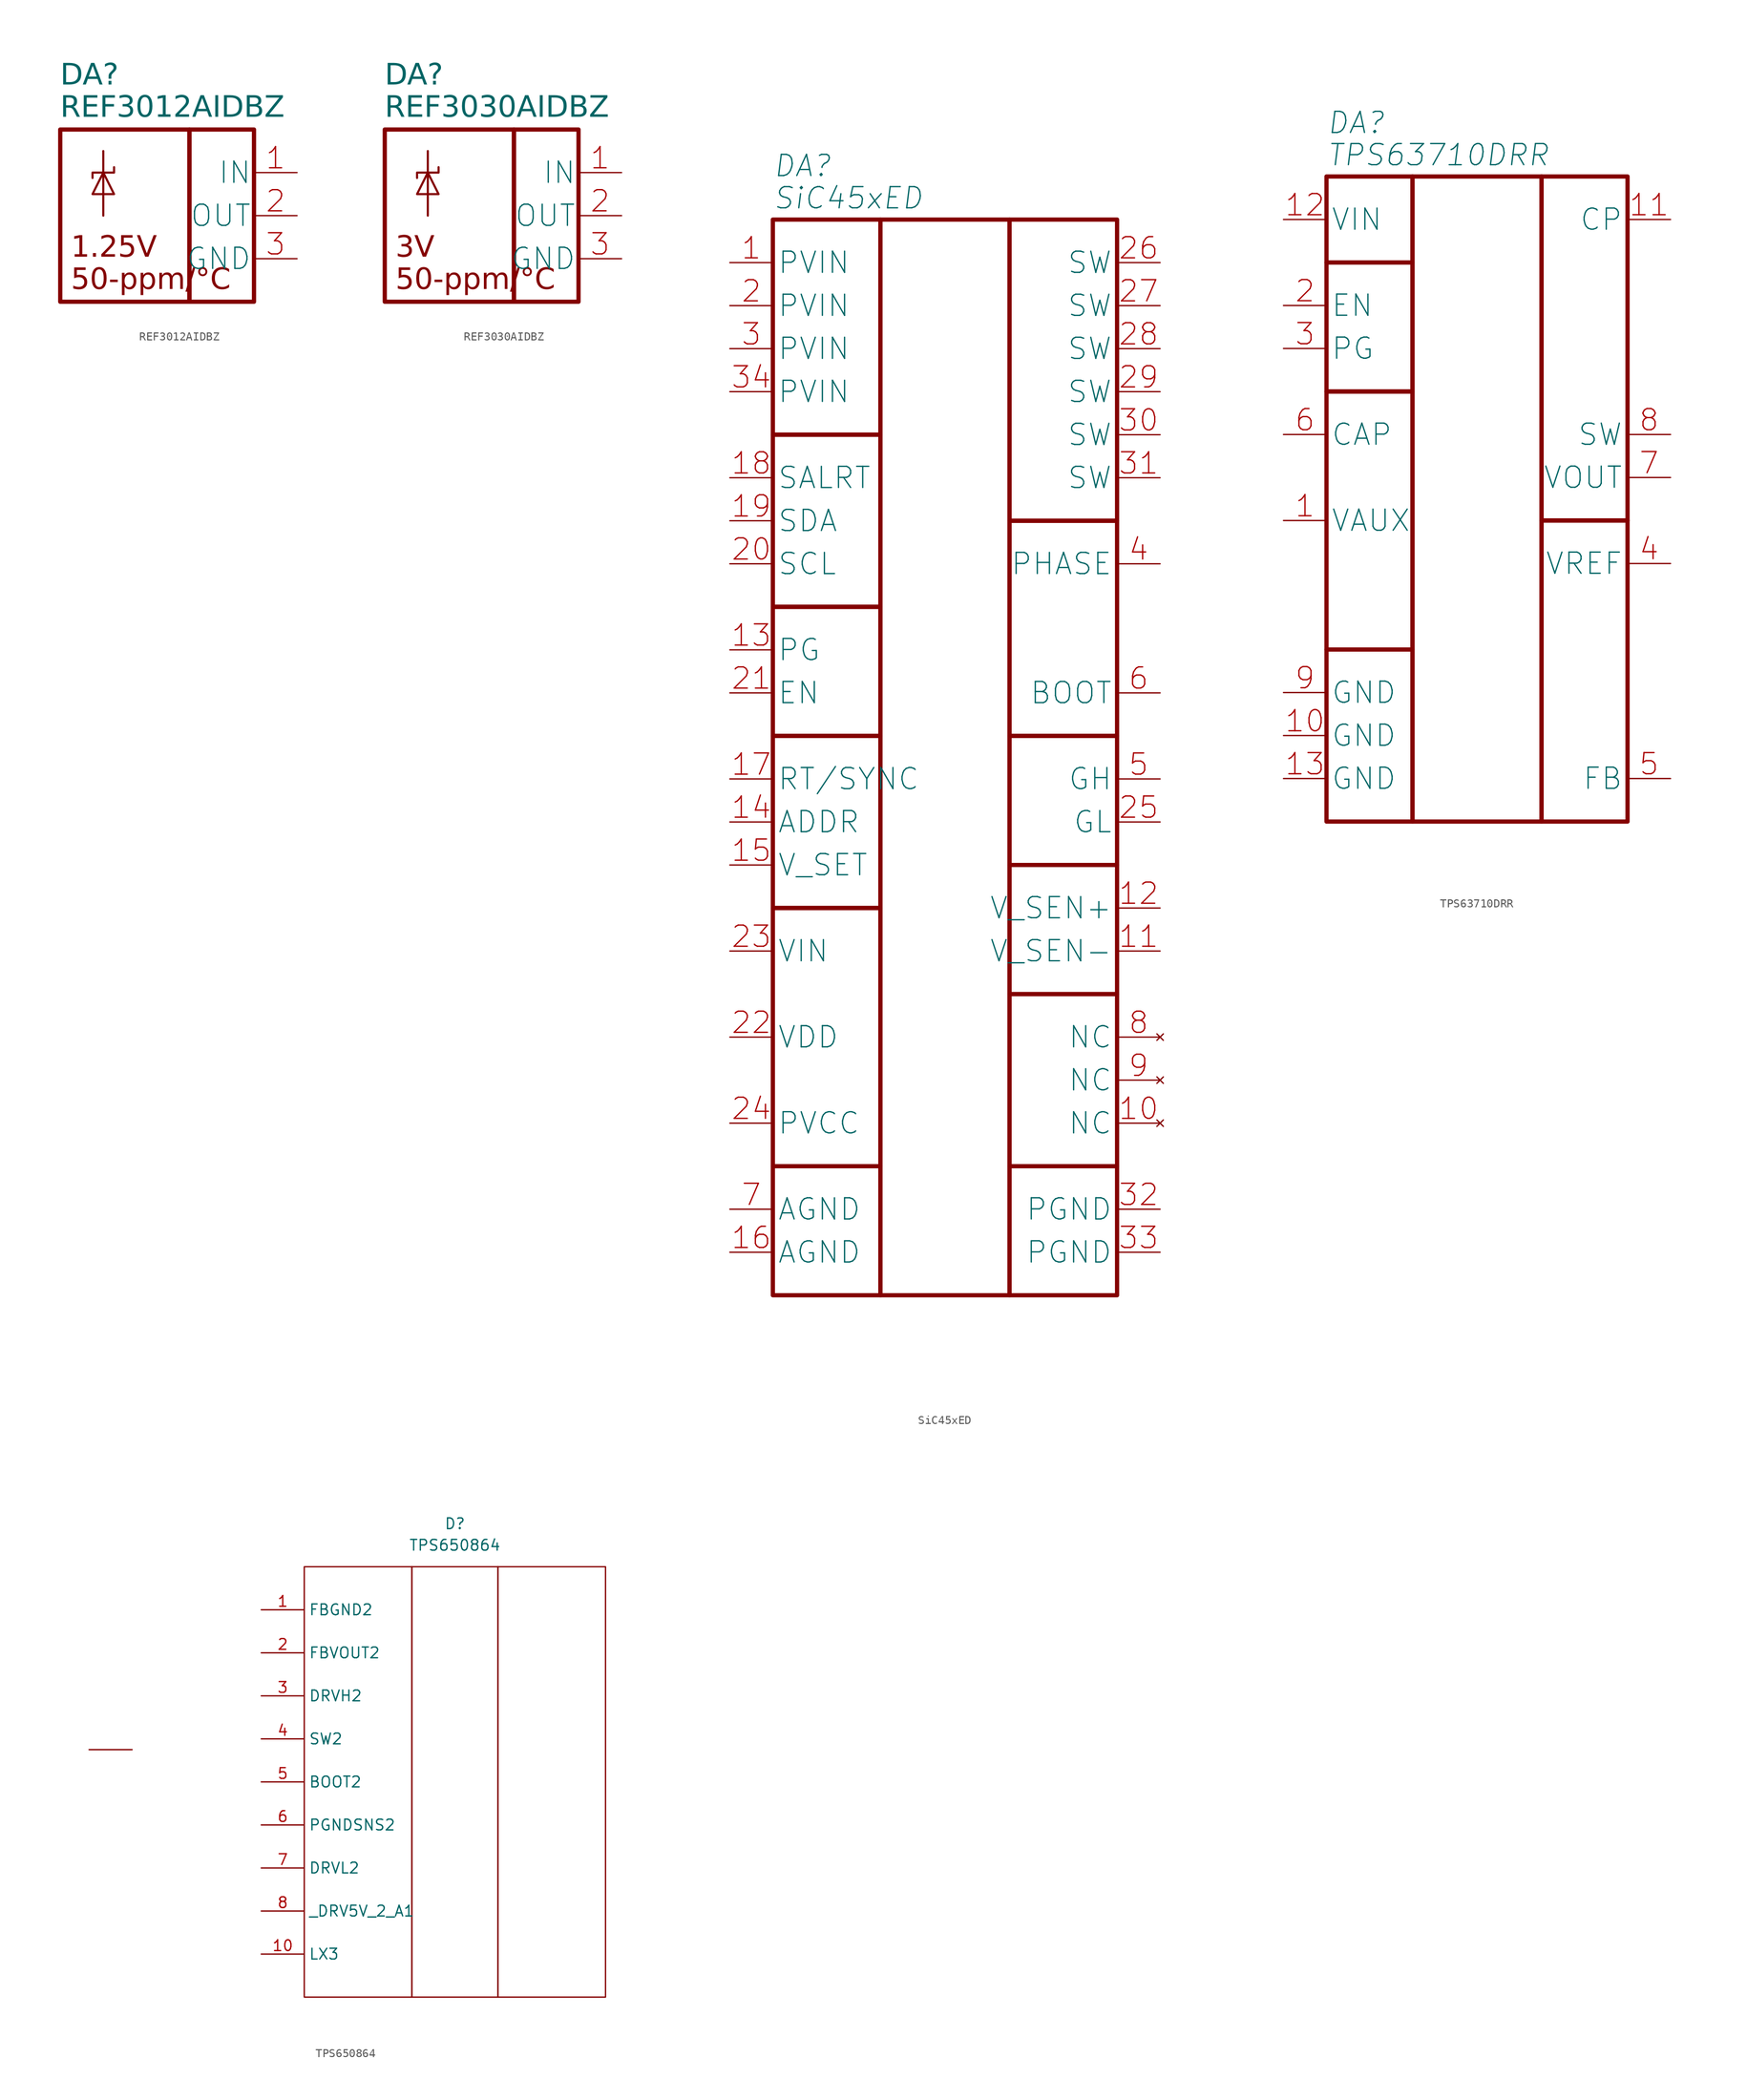
<source format=kicad_sym>
(kicad_symbol_lib
  (version 20241209)
  (generator "kicad_symbol_editor")
  (generator_version "9.0")
  (symbol "REF3012AIDBZ"
    (pin_names
      (offset 0.254))
    (property "Reference" "DA"
      (at -15.24 6.35 0)
      (effects (font (face "GOST type A") (size 2.5 2.5) (italic yes)) (justify left)))
    (property "Value" "REF3012AIDBZ"
      (at -15.24 2.54 0)
      (effects (font (face "GOST type A") (size 2.5 2.5) (italic yes)) (justify left)))
    (symbol "REF3012AIDBZ_1_1"
      (rectangle (start -15.24 0) (end 0 -20.32) (stroke (width 0.5) (type default)) (fill (type none)))
      (polyline (pts (xy -11.43 -7.62) (xy -8.89 -7.62) (xy -10.16 -5.08) (xy -11.43 -7.62)) (stroke (width 0.25) (type default)) (fill (type none)))
      (polyline (pts (xy -10.16 -2.54) (xy -10.16 -10.16)) (stroke (width 0.25) (type default)) (fill (type none)))
      (polyline (pts (xy -8.89 -4.445) (xy -8.89 -5.08) (xy -11.43 -5.08) (xy -11.43 -5.715)) (stroke (width 0.25) (type default)) (fill (type none)))
      (rectangle (start 0 0) (end 7.62 -20.32) (stroke (width 0.5) (type default)) (fill (type none)))
      (text "1.25V" (at -13.97 -13.97 0) (effects (font (face "GOST type A") (size 2.489 2.489) (italic yes)) (justify left)))
      (text "50-ppm/°C" (at -13.97 -17.78 0) (effects (font (face "GOST type A") (size 2.489 2.489) (italic yes)) (justify left)))
      (pin power_in line (at 12.7 -5.08 180) (length 5.08) (name "IN" (effects (font (size 2.5 2.5)))) (number "1" (effects (font (size 2.5 2.5)))))
      (pin power_out line (at 12.7 -10.16 180) (length 5.08) (name "OUT" (effects (font (size 2.5 2.5)))) (number "2" (effects (font (size 2.5 2.5)))))
      (pin power_in line (at 12.7 -15.24 180) (length 5.08) (name "GND" (effects (font (size 2.5 2.5)))) (number "3" (effects (font (size 2.5 2.5)))))))
  (symbol "REF3030AIDBZ"
    (pin_names
      (offset 0.254))
    (property "Reference" "DA"
      (at -15.24 6.35 0)
      (effects (font (face "GOST type A") (size 2.5 2.5) (italic yes)) (justify left)))
    (property "Value" "REF3030AIDBZ"
      (at -15.24 2.54 0)
      (effects (font (face "GOST type A") (size 2.5 2.5) (italic yes)) (justify left)))
    (symbol "REF3030AIDBZ_1_1"
      (rectangle (start -15.24 0) (end 0 -20.32) (stroke (width 0.5) (type default)) (fill (type none)))
      (polyline (pts (xy -11.43 -7.62) (xy -8.89 -7.62) (xy -10.16 -5.08) (xy -11.43 -7.62)) (stroke (width 0.25) (type default)) (fill (type none)))
      (polyline (pts (xy -10.16 -2.54) (xy -10.16 -10.16)) (stroke (width 0.25) (type default)) (fill (type none)))
      (polyline (pts (xy -8.89 -4.445) (xy -8.89 -5.08) (xy -11.43 -5.08) (xy -11.43 -5.715)) (stroke (width 0.25) (type default)) (fill (type none)))
      (rectangle (start 0 0) (end 7.62 -20.32) (stroke (width 0.5) (type default)) (fill (type none)))
      (text "3V" (at -13.97 -13.97 0) (effects (font (face "GOST type A") (size 2.489 2.489) (italic yes)) (justify left)))
      (text "50-ppm/°C" (at -13.97 -17.78 0) (effects (font (face "GOST type A") (size 2.489 2.489) (italic yes)) (justify left)))
      (pin power_in line (at 12.7 -5.08 180) (length 5.08) (name "IN" (effects (font (size 2.5 2.5)))) (number "1" (effects (font (size 2.5 2.5)))))
      (pin power_out line (at 12.7 -10.16 180) (length 5.08) (name "OUT" (effects (font (size 2.5 2.5)))) (number "2" (effects (font (size 2.5 2.5)))))
      (pin power_in line (at 12.7 -15.24 180) (length 5.08) (name "GND" (effects (font (size 2.5 2.5)))) (number "3" (effects (font (size 2.5 2.5)))))))
  (symbol "SiC45xED"
    (property "Reference" "DA"
      (at -20.32 6.35 0)
      (effects (font (size 2.5 2.5) (italic yes)) (justify left)))
    (property "Value" "SiC45xED"
      (at -20.32 2.54 0)
      (do_not_autoplace)
      (effects (font (size 2.5 2.5) (italic yes)) (justify left)))
    (symbol "SiC45xED_0_1"
      (rectangle (start -20.32 0) (end -7.62 -25.4) (stroke (width 0.5) (type default)) (fill (type none)))
      (rectangle (start -20.32 -25.4) (end -7.62 -45.72) (stroke (width 0.5) (type default)) (fill (type none)))
      (rectangle (start -20.32 -45.72) (end -7.62 -60.96) (stroke (width 0.5) (type default)) (fill (type none)))
      (rectangle (start -20.32 -60.96) (end -7.62 -81.28) (stroke (width 0.5) (type default)) (fill (type none)))
      (rectangle (start -20.32 -81.28) (end -7.62 -111.76) (stroke (width 0.5) (type default)) (fill (type none)))
      (rectangle (start -20.32 -111.76) (end -7.62 -127) (stroke (width 0.5) (type default)) (fill (type none)))
      (rectangle (start -7.62 0) (end 7.62 -127) (stroke (width 0.5) (type default)) (fill (type none)))
      (rectangle (start 7.62 0) (end 20.32 -35.56) (stroke (width 0.5) (type default)) (fill (type none)))
      (rectangle (start 7.62 -35.56) (end 20.32 -60.96) (stroke (width 0.5) (type default)) (fill (type none)))
      (rectangle (start 7.62 -60.96) (end 20.32 -76.2) (stroke (width 0.5) (type default)) (fill (type none)))
      (rectangle (start 7.62 -76.2) (end 20.32 -91.44) (stroke (width 0.5) (type default)) (fill (type none)))
      (rectangle (start 7.62 -91.44) (end 20.32 -111.76) (stroke (width 0.5) (type default)) (fill (type none)))
      (rectangle (start 7.62 -111.76) (end 20.32 -127) (stroke (width 0.5) (type default)) (fill (type none))))
    (symbol "SiC45xED_1_1"
      (pin power_in line (at -25.4 -5.08 0) (length 5.08) (name "PVIN" (effects (font (size 2.5 2.5)))) (number "1" (effects (font (size 2.5 2.5)))))
      (pin power_in line (at -25.4 -10.16 0) (length 5.08) (name "PVIN" (effects (font (size 2.5 2.5)))) (number "2" (effects (font (size 2.5 2.5)))))
      (pin power_in line (at -25.4 -15.24 0) (length 5.08) (name "PVIN" (effects (font (size 2.5 2.5)))) (number "3" (effects (font (size 2.5 2.5)))))
      (pin power_in line (at -25.4 -20.32 0) (length 5.08) (name "PVIN" (effects (font (size 2.5 2.5)))) (number "34" (effects (font (size 2.5 2.5)))))
      (pin open_collector line (at -25.4 -30.48 0) (length 5.08) (name "SALRT" (effects (font (size 2.5 2.5)))) (number "18" (effects (font (size 2.5 2.5)))))
      (pin open_collector line (at -25.4 -35.56 0) (length 5.08) (name "SDA" (effects (font (size 2.5 2.5)))) (number "19" (effects (font (size 2.5 2.5)))))
      (pin open_collector line (at -25.4 -40.64 0) (length 5.08) (name "SCL" (effects (font (size 2.5 2.5)))) (number "20" (effects (font (size 2.5 2.5)))))
      (pin open_collector line (at -25.4 -50.8 0) (length 5.08) (name "PG" (effects (font (size 2.5 2.5)))) (number "13" (effects (font (size 2.5 2.5)))))
      (pin input line (at -25.4 -55.88 0) (length 5.08) (name "EN" (effects (font (size 2.5 2.5)))) (number "21" (effects (font (size 2.5 2.5)))))
      (pin passive line (at -25.4 -66.04 0) (length 5.08) (name "RT/SYNC" (effects (font (size 2.5 2.5)))) (number "17" (effects (font (size 2.5 2.5)))))
      (pin passive line (at -25.4 -71.12 0) (length 5.08) (name "ADDR" (effects (font (size 2.5 2.5)))) (number "14" (effects (font (size 2.5 2.5)))))
      (pin passive line (at -25.4 -76.2 0) (length 5.08) (name "V_SET" (effects (font (size 2.5 2.5)))) (number "15" (effects (font (size 2.5 2.5)))))
      (pin power_in line (at -25.4 -86.36 0) (length 5.08) (name "VIN" (effects (font (size 2.5 2.5)))) (number "23" (effects (font (size 2.5 2.5)))))
      (pin power_out line (at -25.4 -96.52 0) (length 5.08) (name "VDD" (effects (font (size 2.5 2.5)))) (number "22" (effects (font (size 2.5 2.5)))))
      (pin power_out line (at -25.4 -106.68 0) (length 5.08) (name "PVCC" (effects (font (size 2.5 2.5)))) (number "24" (effects (font (size 2.5 2.5)))))
      (pin power_in line (at -25.4 -116.84 0) (length 5.08) (name "AGND" (effects (font (size 2.5 2.5)))) (number "7" (effects (font (size 2.5 2.5)))))
      (pin power_in line (at -25.4 -121.92 0) (length 5.08) (name "AGND" (effects (font (size 2.5 2.5)))) (number "16" (effects (font (size 2.5 2.5)))))
      (pin power_out line (at 25.4 -5.08 180) (length 5.08) (name "SW" (effects (font (size 2.5 2.5)))) (number "26" (effects (font (size 2.5 2.5)))))
      (pin passive line (at 25.4 -10.16 180) (length 5.08) (name "SW" (effects (font (size 2.5 2.5)))) (number "27" (effects (font (size 2.5 2.5)))))
      (pin passive line (at 25.4 -15.24 180) (length 5.08) (name "SW" (effects (font (size 2.5 2.5)))) (number "28" (effects (font (size 2.5 2.5)))))
      (pin passive line (at 25.4 -20.32 180) (length 5.08) (name "SW" (effects (font (size 2.5 2.5)))) (number "29" (effects (font (size 2.5 2.5)))))
      (pin passive line (at 25.4 -25.4 180) (length 5.08) (name "SW" (effects (font (size 2.5 2.5)))) (number "30" (effects (font (size 2.5 2.5)))))
      (pin passive line (at 25.4 -30.48 180) (length 5.08) (name "SW" (effects (font (size 2.5 2.5)))) (number "31" (effects (font (size 2.5 2.5)))))
      (pin passive line (at 25.4 -40.64 180) (length 5.08) (name "PHASE" (effects (font (size 2.5 2.5)))) (number "4" (effects (font (size 2.5 2.5)))))
      (pin passive line (at 25.4 -55.88 180) (length 5.08) (name "BOOT" (effects (font (size 2.5 2.5)))) (number "6" (effects (font (size 2.5 2.5)))))
      (pin passive line (at 25.4 -66.04 180) (length 5.08) (name "GH" (effects (font (size 2.5 2.5)))) (number "5" (effects (font (size 2.5 2.5)))))
      (pin passive line (at 25.4 -71.12 180) (length 5.08) (name "GL" (effects (font (size 2.5 2.5)))) (number "25" (effects (font (size 2.5 2.5)))))
      (pin input line (at 25.4 -81.28 180) (length 5.08) (name "V_SEN+" (effects (font (size 2.5 2.5)))) (number "12" (effects (font (size 2.5 2.5)))))
      (pin input line (at 25.4 -86.36 180) (length 5.08) (name "V_SEN-" (effects (font (size 2.5 2.5)))) (number "11" (effects (font (size 2.5 2.5)))))
      (pin no_connect line (at 25.4 -96.52 180) (length 5.08) (name "NC" (effects (font (size 2.5 2.5)))) (number "8" (effects (font (size 2.5 2.5)))))
      (pin no_connect line (at 25.4 -101.6 180) (length 5.08) (name "NC" (effects (font (size 2.5 2.5)))) (number "9" (effects (font (size 2.5 2.5)))))
      (pin no_connect line (at 25.4 -106.68 180) (length 5.08) (name "NC" (effects (font (size 2.5 2.5)))) (number "10" (effects (font (size 2.5 2.5)))))
      (pin power_in line (at 25.4 -116.84 180) (length 5.08) (name "PGND" (effects (font (size 2.5 2.5)))) (number "32" (effects (font (size 2.5 2.5)))))
      (pin power_in line (at 25.4 -121.92 180) (length 5.08) (name "PGND" (effects (font (size 2.5 2.5)))) (number "33" (effects (font (size 2.5 2.5)))))))
  (symbol "TPS63710DRR"
    (property "Reference" "DA"
      (at -17.78 6.35 0)
      (effects (font (size 2.5 2.5) (italic yes)) (justify left)))
    (property "Value" "TPS63710DRR"
      (at -17.78 2.54 0)
      (do_not_autoplace)
      (effects (font (size 2.5 2.5) (italic yes)) (justify left)))
    (symbol "TPS63710DRR_0_1"
      (rectangle (start -17.78 0) (end -7.62 -10.16) (stroke (width 0.5) (type default)) (fill (type none)))
      (rectangle (start -17.78 -10.16) (end -7.62 -25.4) (stroke (width 0.5) (type default)) (fill (type none)))
      (rectangle (start -17.78 -25.4) (end -7.62 -55.88) (stroke (width 0.5) (type default)) (fill (type none)))
      (rectangle (start -17.78 -55.88) (end -7.62 -76.2) (stroke (width 0.5) (type default)) (fill (type none)))
      (rectangle (start -7.62 0) (end 7.62 -76.2) (stroke (width 0.5) (type default)) (fill (type none)))
      (rectangle (start 7.62 0) (end 17.78 -40.64) (stroke (width 0.5) (type default)) (fill (type none)))
      (rectangle (start 7.62 -40.64) (end 17.78 -76.2) (stroke (width 0.5) (type default)) (fill (type none))))
    (symbol "TPS63710DRR_1_1"
      (pin power_in line (at -22.86 -5.08 0) (length 5.08) (name "VIN" (effects (font (size 2.5 2.5)))) (number "12" (effects (font (size 2.5 2.5)))))
      (pin input line (at -22.86 -15.24 0) (length 5.08) (name "EN" (effects (font (size 2.5 2.5)))) (number "2" (effects (font (size 2.5 2.5)))))
      (pin open_collector line (at -22.86 -20.32 0) (length 5.08) (name "PG" (effects (font (size 2.5 2.5)))) (number "3" (effects (font (size 2.5 2.5)))))
      (pin passive line (at -22.86 -30.48 0) (length 5.08) (name "CAP" (effects (font (size 2.5 2.5)))) (number "6" (effects (font (size 2.5 2.5)))))
      (pin power_out line (at -22.86 -40.64 0) (length 5.08) (name "VAUX" (effects (font (size 2.5 2.5)))) (number "1" (effects (font (size 2.5 2.5)))))
      (pin power_in line (at -22.86 -60.96 0) (length 5.08) (name "GND" (effects (font (size 2.5 2.5)))) (number "9" (effects (font (size 2.5 2.5)))))
      (pin power_in line (at -22.86 -66.04 0) (length 5.08) (name "GND" (effects (font (size 2.5 2.5)))) (number "10" (effects (font (size 2.5 2.5)))))
      (pin power_in line (at -22.86 -71.12 0) (length 5.08) (name "GND" (effects (font (size 2.5 2.5)))) (number "13" (effects (font (size 2.5 2.5)))))
      (pin passive line (at 22.86 -5.08 180) (length 5.08) (name "CP" (effects (font (size 2.5 2.5)))) (number "11" (effects (font (size 2.5 2.5)))))
      (pin power_out line (at 22.86 -30.48 180) (length 5.08) (name "SW" (effects (font (size 2.5 2.5)))) (number "8" (effects (font (size 2.5 2.5)))))
      (pin input line (at 22.86 -35.56 180) (length 5.08) (name "VOUT" (effects (font (size 2.5 2.5)))) (number "7" (effects (font (size 2.5 2.5)))))
      (pin power_out line (at 22.86 -45.72 180) (length 5.08) (name "VREF" (effects (font (size 2.5 2.5)))) (number "4" (effects (font (size 2.5 2.5)))))
      (pin input line (at 22.86 -71.12 180) (length 5.08) (name "FB" (effects (font (size 2.5 2.5)))) (number "5" (effects (font (size 2.5 2.5)))))))
  (symbol "TPS650864"
    (property "Reference" "D"
      (at 0 5.08 0)
      (effects (font (size 1.27 1.27))))
    (property "Value" "TPS650864"
      (at 0 2.54 0)
      (effects (font (size 1.27 1.27))))
    (symbol "TPS650864_0_1"
      (rectangle (start -17.78 0) (end -5.08 -50.8) (stroke (width 0) (type default)) (fill (type none)))
      (rectangle (start -5.08 0) (end 5.08 -50.8) (stroke (width 0) (type default)) (fill (type none)))
      (rectangle (start 5.08 -50.8) (end 17.78 0) (stroke (width 0) (type default)) (fill (type none))))
    (symbol "TPS650864_1_1"
      (pin passive line (at -43.18 -21.59 0) (length 5.08) (name "" (effects (font (size 1.27 1.27)))) (number "" (effects (font (size 1.27 1.27)))))
      (pin passive line (at -22.86 -5.08 0) (length 5.08) (name "FBGND2" (effects (font (size 1.27 1.27)))) (number "1" (effects (font (size 1.27 1.27)))))
      (pin passive line (at -22.86 -10.16 0) (length 5.08) (name "FBVOUT2" (effects (font (size 1.27 1.27)))) (number "2" (effects (font (size 1.27 1.27)))))
      (pin passive line (at -22.86 -15.24 0) (length 5.08) (name "DRVH2" (effects (font (size 1.27 1.27)))) (number "3" (effects (font (size 1.27 1.27)))))
      (pin passive line (at -22.86 -20.32 0) (length 5.08) (name "SW2" (effects (font (size 1.27 1.27)))) (number "4" (effects (font (size 1.27 1.27)))))
      (pin passive line (at -22.86 -25.4 0) (length 5.08) (name "BOOT2" (effects (font (size 1.27 1.27)))) (number "5" (effects (font (size 1.27 1.27)))))
      (pin passive line (at -22.86 -30.48 0) (length 5.08) (name "PGNDSNS2" (effects (font (size 1.27 1.27)))) (number "6" (effects (font (size 1.27 1.27)))))
      (pin passive line (at -22.86 -35.56 0) (length 5.08) (name "DRVL2" (effects (font (size 1.27 1.27)))) (number "7" (effects (font (size 1.27 1.27)))))
      (pin passive line (at -22.86 -40.64 0) (length 5.08) (name "_DRV5V_2_A1" (effects (font (size 1.27 1.27)))) (number "8" (effects (font (size 1.27 1.27)))))
      (pin passive line (at -22.86 -45.72 0) (length 5.08) (name "LX3" (effects (font (size 1.27 1.27)))) (number "10" (effects (font (size 1.27 1.27))))))))
</source>
